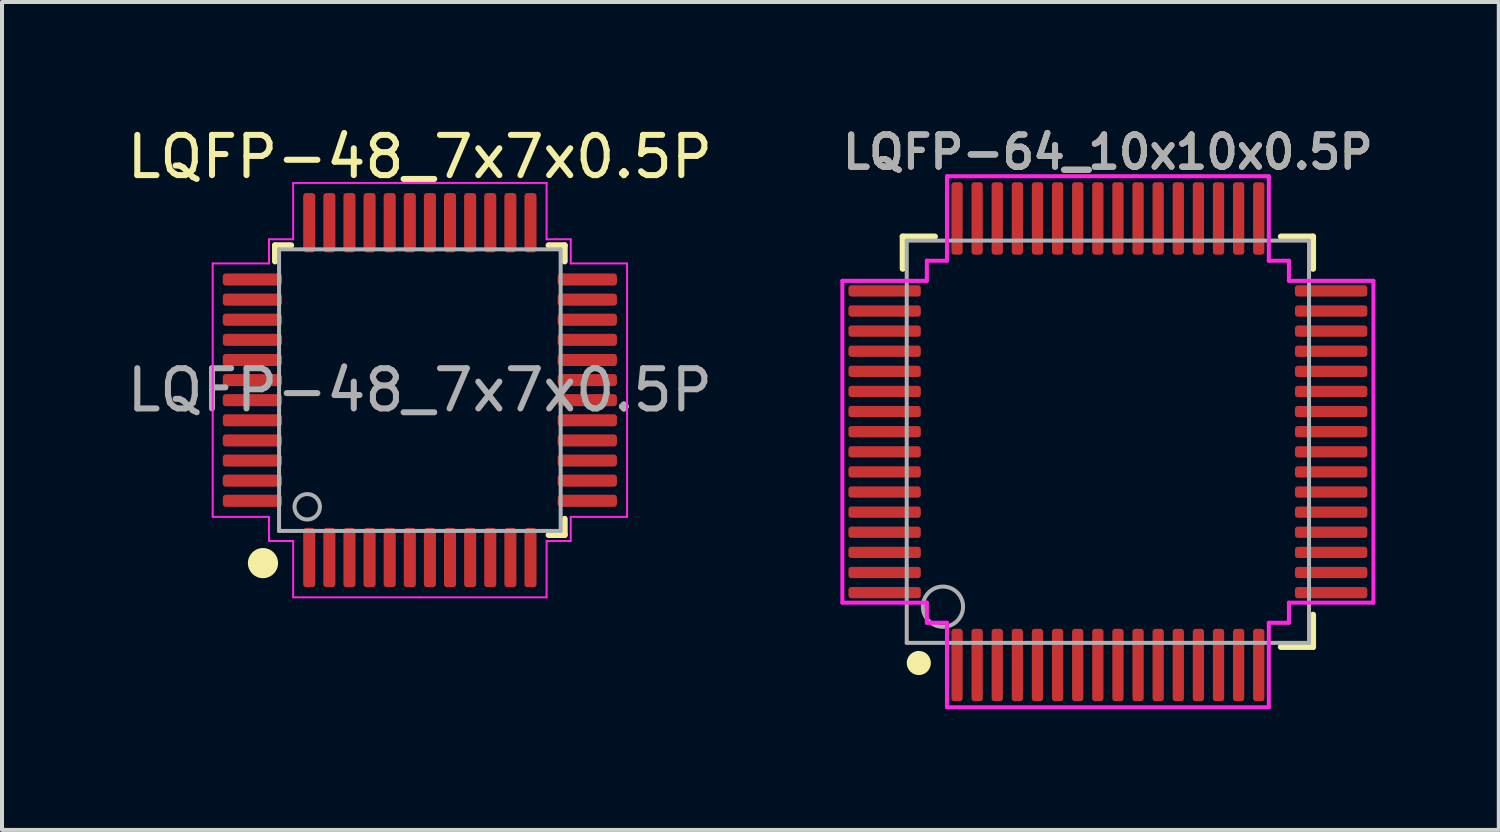
<source format=kicad_pcb>
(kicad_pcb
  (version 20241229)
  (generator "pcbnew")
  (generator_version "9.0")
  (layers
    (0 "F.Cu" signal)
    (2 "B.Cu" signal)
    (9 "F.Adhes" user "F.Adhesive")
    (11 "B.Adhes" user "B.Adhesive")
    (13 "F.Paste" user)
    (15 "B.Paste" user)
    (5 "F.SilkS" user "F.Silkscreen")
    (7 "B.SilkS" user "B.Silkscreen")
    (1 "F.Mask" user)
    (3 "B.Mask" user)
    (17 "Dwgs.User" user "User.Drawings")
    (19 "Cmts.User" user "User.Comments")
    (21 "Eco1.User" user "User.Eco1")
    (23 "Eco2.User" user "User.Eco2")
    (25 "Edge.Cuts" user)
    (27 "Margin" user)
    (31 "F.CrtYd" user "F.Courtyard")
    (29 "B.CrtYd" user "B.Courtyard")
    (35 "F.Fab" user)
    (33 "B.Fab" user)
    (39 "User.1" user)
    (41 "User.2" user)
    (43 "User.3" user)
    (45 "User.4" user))
  (footprint "LQFP-64_10x10x0.5P"
    (layer "F.Cu")
    (at 24.49 7.931)
    (property "Reference" "LQFP-64_10x10x0.5P" (at 0 -7.2 0) (layer "F.SilkS") (effects (font (size 0.8 0.8) (thickness 0.15))))
    (attr smd)
    (fp_line (start -5.1 -5.1) (end -5.1 -4.3) (stroke (width 0.15) (type solid)) (layer "F.SilkS"))
    (fp_line (start -5.1 -5.1) (end -4.3 -5.1) (stroke (width 0.15) (type solid)) (layer "F.SilkS"))
    (fp_line (start 5.1 -5.1) (end 4.3 -5.1) (stroke (width 0.15) (type solid)) (layer "F.SilkS"))
    (fp_line (start 5.1 -5.1) (end 5.1 -4.3) (stroke (width 0.15) (type solid)) (layer "F.SilkS"))
    (fp_line (start 5.1 5.1) (end 4.3 5.1) (stroke (width 0.15) (type solid)) (layer "F.SilkS"))
    (fp_line (start 5.1 5.1) (end 5.1 4.3) (stroke (width 0.15) (type solid)) (layer "F.SilkS"))
    (fp_circle (center -4.7 5.5) (end -4.55 5.5) (stroke (width 0.3) (type solid)) (fill no) (layer "F.SilkS"))
    (fp_line (start -6.6 -4) (end -6.6 4) (stroke (width 0.1) (type solid)) (layer "F.CrtYd"))
    (fp_line (start -4.5 -4.5) (end -4 -4.5) (stroke (width 0.1) (type solid)) (layer "F.CrtYd"))
    (fp_line (start -4.5 -4) (end -6.6 -4) (stroke (width 0.1) (type solid)) (layer "F.CrtYd"))
    (fp_line (start -4.5 -4) (end -4.5 -4.5) (stroke (width 0.1) (type solid)) (layer "F.CrtYd"))
    (fp_line (start -4.5 4) (end -6.6 4) (stroke (width 0.1) (type solid)) (layer "F.CrtYd"))
    (fp_line (start -4.5 4.5) (end -4.5 4) (stroke (width 0.1) (type solid)) (layer "F.CrtYd"))
    (fp_line (start -4 -4.5) (end -4 -6.6) (stroke (width 0.1) (type solid)) (layer "F.CrtYd"))
    (fp_line (start -4 4.5) (end -4.5 4.5) (stroke (width 0.1) (type solid)) (layer "F.CrtYd"))
    (fp_line (start -4 4.5) (end -4 6.6) (stroke (width 0.1) (type solid)) (layer "F.CrtYd"))
    (fp_line (start -4 6.6) (end 4 6.6) (stroke (width 0.1) (type solid)) (layer "F.CrtYd"))
    (fp_line (start 4 -6.6) (end -4 -6.6) (stroke (width 0.1) (type solid)) (layer "F.CrtYd"))
    (fp_line (start 4 -6.6) (end 4 -4.5) (stroke (width 0.1) (type solid)) (layer "F.CrtYd"))
    (fp_line (start 4 4.5) (end 4 6.6) (stroke (width 0.1) (type solid)) (layer "F.CrtYd"))
    (fp_line (start 4 4.5) (end 4.5 4.5) (stroke (width 0.1) (type solid)) (layer "F.CrtYd"))
    (fp_line (start 4.5 -4.5) (end 4 -4.5) (stroke (width 0.1) (type solid)) (layer "F.CrtYd"))
    (fp_line (start 4.5 -4) (end 4.5 -4.5) (stroke (width 0.1) (type solid)) (layer "F.CrtYd"))
    (fp_line (start 4.5 -4) (end 6.6 -4) (stroke (width 0.1) (type solid)) (layer "F.CrtYd"))
    (fp_line (start 4.5 4) (end 6.6 4) (stroke (width 0.1) (type solid)) (layer "F.CrtYd"))
    (fp_line (start 4.5 4.5) (end 4.5 4) (stroke (width 0.1) (type solid)) (layer "F.CrtYd"))
    (fp_line (start 6.6 4) (end 6.6 -4) (stroke (width 0.1) (type solid)) (layer "F.CrtYd"))
    (fp_line (start -5 -5) (end 5 -5) (stroke (width 0.1) (type solid)) (layer "F.Fab"))
    (fp_line (start -5 5) (end -5 -5) (stroke (width 0.1) (type solid)) (layer "F.Fab"))
    (fp_line (start -5 5) (end 5 5) (stroke (width 0.1) (type solid)) (layer "F.Fab"))
    (fp_line (start 5 5) (end 5 -5) (stroke (width 0.1) (type solid)) (layer "F.Fab"))
    (fp_circle (center -4.1 4.1) (end -3.6 4.1) (stroke (width 0.1) (type solid)) (fill no) (layer "F.Fab"))
    (fp_text user "${REFERENCE}" (at 0 -7.2 0) (layer "F.Fab") (effects (font (size 0.8 0.8) (thickness 0.15))))
    (pad "1" smd roundrect (at -3.75 5.55 180) (size 0.28 1.8) (layers "F.Cu" "F.Mask" "F.Paste") (roundrect_rratio 0.25))
    (pad "2" smd roundrect (at -3.25 5.55 180) (size 0.28 1.8) (layers "F.Cu" "F.Mask" "F.Paste") (roundrect_rratio 0.25))
    (pad "3" smd roundrect (at -2.75 5.55 180) (size 0.28 1.8) (layers "F.Cu" "F.Mask" "F.Paste") (roundrect_rratio 0.25))
    (pad "4" smd roundrect (at -2.25 5.55 180) (size 0.28 1.8) (layers "F.Cu" "F.Mask" "F.Paste") (roundrect_rratio 0.25))
    (pad "5" smd roundrect (at -1.75 5.55 180) (size 0.28 1.8) (layers "F.Cu" "F.Mask" "F.Paste") (roundrect_rratio 0.25))
    (pad "6" smd roundrect (at -1.25 5.55 180) (size 0.28 1.8) (layers "F.Cu" "F.Mask" "F.Paste") (roundrect_rratio 0.25))
    (pad "7" smd roundrect (at -0.75 5.55 180) (size 0.28 1.8) (layers "F.Cu" "F.Mask" "F.Paste") (roundrect_rratio 0.25))
    (pad "8" smd roundrect (at -0.25 5.55 180) (size 0.28 1.8) (layers "F.Cu" "F.Mask" "F.Paste") (roundrect_rratio 0.25))
    (pad "9" smd roundrect (at 0.25 5.55 180) (size 0.28 1.8) (layers "F.Cu" "F.Mask" "F.Paste") (roundrect_rratio 0.25))
    (pad "10" smd roundrect (at 0.75 5.55 180) (size 0.28 1.8) (layers "F.Cu" "F.Mask" "F.Paste") (roundrect_rratio 0.25))
    (pad "11" smd roundrect (at 1.25 5.55 180) (size 0.28 1.8) (layers "F.Cu" "F.Mask" "F.Paste") (roundrect_rratio 0.25))
    (pad "12" smd roundrect (at 1.75 5.55 180) (size 0.28 1.8) (layers "F.Cu" "F.Mask" "F.Paste") (roundrect_rratio 0.25))
    (pad "13" smd roundrect (at 2.25 5.55 180) (size 0.28 1.8) (layers "F.Cu" "F.Mask" "F.Paste") (roundrect_rratio 0.25))
    (pad "14" smd roundrect (at 2.75 5.55 180) (size 0.28 1.8) (layers "F.Cu" "F.Mask" "F.Paste") (roundrect_rratio 0.25))
    (pad "15" smd roundrect (at 3.25 5.55 180) (size 0.28 1.8) (layers "F.Cu" "F.Mask" "F.Paste") (roundrect_rratio 0.25))
    (pad "16" smd roundrect (at 3.75 5.55 180) (size 0.28 1.8) (layers "F.Cu" "F.Mask" "F.Paste") (roundrect_rratio 0.25))
    (pad "17" smd roundrect (at 5.55 3.75 90) (size 0.28 1.8) (layers "F.Cu" "F.Mask" "F.Paste") (roundrect_rratio 0.25))
    (pad "18" smd roundrect (at 5.55 3.25 90) (size 0.28 1.8) (layers "F.Cu" "F.Mask" "F.Paste") (roundrect_rratio 0.25))
    (pad "19" smd roundrect (at 5.55 2.75 90) (size 0.28 1.8) (layers "F.Cu" "F.Mask" "F.Paste") (roundrect_rratio 0.25))
    (pad "20" smd roundrect (at 5.55 2.25 90) (size 0.28 1.8) (layers "F.Cu" "F.Mask" "F.Paste") (roundrect_rratio 0.25))
    (pad "21" smd roundrect (at 5.55 1.75 90) (size 0.28 1.8) (layers "F.Cu" "F.Mask" "F.Paste") (roundrect_rratio 0.25))
    (pad "22" smd roundrect (at 5.55 1.25 90) (size 0.28 1.8) (layers "F.Cu" "F.Mask" "F.Paste") (roundrect_rratio 0.25))
    (pad "23" smd roundrect (at 5.55 0.75 90) (size 0.28 1.8) (layers "F.Cu" "F.Mask" "F.Paste") (roundrect_rratio 0.25))
    (pad "24" smd roundrect (at 5.55 0.25 90) (size 0.28 1.8) (layers "F.Cu" "F.Mask" "F.Paste") (roundrect_rratio 0.25))
    (pad "25" smd roundrect (at 5.55 -0.25 90) (size 0.28 1.8) (layers "F.Cu" "F.Mask" "F.Paste") (roundrect_rratio 0.25))
    (pad "26" smd roundrect (at 5.55 -0.75 90) (size 0.28 1.8) (layers "F.Cu" "F.Mask" "F.Paste") (roundrect_rratio 0.25))
    (pad "27" smd roundrect (at 5.55 -1.25 90) (size 0.28 1.8) (layers "F.Cu" "F.Mask" "F.Paste") (roundrect_rratio 0.25))
    (pad "28" smd roundrect (at 5.55 -1.75 90) (size 0.28 1.8) (layers "F.Cu" "F.Mask" "F.Paste") (roundrect_rratio 0.25))
    (pad "29" smd roundrect (at 5.55 -2.25 90) (size 0.28 1.8) (layers "F.Cu" "F.Mask" "F.Paste") (roundrect_rratio 0.25))
    (pad "30" smd roundrect (at 5.55 -2.75 90) (size 0.28 1.8) (layers "F.Cu" "F.Mask" "F.Paste") (roundrect_rratio 0.25))
    (pad "31" smd roundrect (at 5.55 -3.25 90) (size 0.28 1.8) (layers "F.Cu" "F.Mask" "F.Paste") (roundrect_rratio 0.25))
    (pad "32" smd roundrect (at 5.55 -3.75 90) (size 0.28 1.8) (layers "F.Cu" "F.Mask" "F.Paste") (roundrect_rratio 0.25))
    (pad "33" smd roundrect (at 3.75 -5.55 180) (size 0.28 1.8) (layers "F.Cu" "F.Mask" "F.Paste") (roundrect_rratio 0.25))
    (pad "34" smd roundrect (at 3.25 -5.55 180) (size 0.28 1.8) (layers "F.Cu" "F.Mask" "F.Paste") (roundrect_rratio 0.25))
    (pad "35" smd roundrect (at 2.75 -5.55 180) (size 0.28 1.8) (layers "F.Cu" "F.Mask" "F.Paste") (roundrect_rratio 0.25))
    (pad "36" smd roundrect (at 2.25 -5.55 180) (size 0.28 1.8) (layers "F.Cu" "F.Mask" "F.Paste") (roundrect_rratio 0.25))
    (pad "37" smd roundrect (at 1.75 -5.55 180) (size 0.28 1.8) (layers "F.Cu" "F.Mask" "F.Paste") (roundrect_rratio 0.25))
    (pad "38" smd roundrect (at 1.25 -5.55 180) (size 0.28 1.8) (layers "F.Cu" "F.Mask" "F.Paste") (roundrect_rratio 0.25))
    (pad "39" smd roundrect (at 0.75 -5.55 180) (size 0.28 1.8) (layers "F.Cu" "F.Mask" "F.Paste") (roundrect_rratio 0.25))
    (pad "40" smd roundrect (at 0.25 -5.55 180) (size 0.28 1.8) (layers "F.Cu" "F.Mask" "F.Paste") (roundrect_rratio 0.25))
    (pad "41" smd roundrect (at -0.25 -5.55 180) (size 0.28 1.8) (layers "F.Cu" "F.Mask" "F.Paste") (roundrect_rratio 0.25))
    (pad "42" smd roundrect (at -0.75 -5.55 180) (size 0.28 1.8) (layers "F.Cu" "F.Mask" "F.Paste") (roundrect_rratio 0.25))
    (pad "43" smd roundrect (at -1.25 -5.55 180) (size 0.28 1.8) (layers "F.Cu" "F.Mask" "F.Paste") (roundrect_rratio 0.25))
    (pad "44" smd roundrect (at -1.75 -5.55 180) (size 0.28 1.8) (layers "F.Cu" "F.Mask" "F.Paste") (roundrect_rratio 0.25))
    (pad "45" smd roundrect (at -2.25 -5.55 180) (size 0.28 1.8) (layers "F.Cu" "F.Mask" "F.Paste") (roundrect_rratio 0.25))
    (pad "46" smd roundrect (at -2.75 -5.55 180) (size 0.28 1.8) (layers "F.Cu" "F.Mask" "F.Paste") (roundrect_rratio 0.25))
    (pad "47" smd roundrect (at -3.25 -5.55 180) (size 0.28 1.8) (layers "F.Cu" "F.Mask" "F.Paste") (roundrect_rratio 0.25))
    (pad "48" smd roundrect (at -3.75 -5.55 180) (size 0.28 1.8) (layers "F.Cu" "F.Mask" "F.Paste") (roundrect_rratio 0.25))
    (pad "49" smd roundrect (at -5.55 -3.75 90) (size 0.28 1.8) (layers "F.Cu" "F.Mask" "F.Paste") (roundrect_rratio 0.25))
    (pad "50" smd roundrect (at -5.55 -3.25 90) (size 0.28 1.8) (layers "F.Cu" "F.Mask" "F.Paste") (roundrect_rratio 0.25))
    (pad "51" smd roundrect (at -5.55 -2.75 90) (size 0.28 1.8) (layers "F.Cu" "F.Mask" "F.Paste") (roundrect_rratio 0.25))
    (pad "52" smd roundrect (at -5.55 -2.25 90) (size 0.28 1.8) (layers "F.Cu" "F.Mask" "F.Paste") (roundrect_rratio 0.25))
    (pad "53" smd roundrect (at -5.55 -1.75 90) (size 0.28 1.8) (layers "F.Cu" "F.Mask" "F.Paste") (roundrect_rratio 0.25))
    (pad "54" smd roundrect (at -5.55 -1.25 90) (size 0.28 1.8) (layers "F.Cu" "F.Mask" "F.Paste") (roundrect_rratio 0.25))
    (pad "55" smd roundrect (at -5.55 -0.75 90) (size 0.28 1.8) (layers "F.Cu" "F.Mask" "F.Paste") (roundrect_rratio 0.25))
    (pad "56" smd roundrect (at -5.55 -0.25 90) (size 0.28 1.8) (layers "F.Cu" "F.Mask" "F.Paste") (roundrect_rratio 0.25))
    (pad "57" smd roundrect (at -5.55 0.25 90) (size 0.28 1.8) (layers "F.Cu" "F.Mask" "F.Paste") (roundrect_rratio 0.25))
    (pad "58" smd roundrect (at -5.55 0.75 90) (size 0.28 1.8) (layers "F.Cu" "F.Mask" "F.Paste") (roundrect_rratio 0.25))
    (pad "59" smd roundrect (at -5.55 1.25 90) (size 0.28 1.8) (layers "F.Cu" "F.Mask" "F.Paste") (roundrect_rratio 0.25))
    (pad "60" smd roundrect (at -5.55 1.75 90) (size 0.28 1.8) (layers "F.Cu" "F.Mask" "F.Paste") (roundrect_rratio 0.25))
    (pad "61" smd roundrect (at -5.55 2.25 90) (size 0.28 1.8) (layers "F.Cu" "F.Mask" "F.Paste") (roundrect_rratio 0.25))
    (pad "62" smd roundrect (at -5.55 2.75 90) (size 0.28 1.8) (layers "F.Cu" "F.Mask" "F.Paste") (roundrect_rratio 0.25))
    (pad "63" smd roundrect (at -5.55 3.25 90) (size 0.28 1.8) (layers "F.Cu" "F.Mask" "F.Paste") (roundrect_rratio 0.25))
    (pad "64" smd roundrect (at -5.55 3.75 90) (size 0.28 1.8) (layers "F.Cu" "F.Mask" "F.Paste") (roundrect_rratio 0.25)))
  (footprint "LQFP-48_7x7x0.5P"
    (layer "F.Cu")
    (at 7.387 6.648)
    (property "Reference" "LQFP-48_7x7x0.5P" (at 0 -5.8 180) (layer "F.SilkS") (effects (font (size 1 1) (thickness 0.15))))
    (attr smd)
    (fp_line (start -3.6 -3.6) (end -3.6 -3.2) (stroke (width 0.15) (type solid)) (layer "F.SilkS"))
    (fp_line (start -3.6 -3.6) (end -3.2 -3.6) (stroke (width 0.15) (type solid)) (layer "F.SilkS"))
    (fp_line (start 3.6 -3.6) (end 3.2 -3.6) (stroke (width 0.15) (type solid)) (layer "F.SilkS"))
    (fp_line (start 3.6 -3.6) (end 3.6 -3.2) (stroke (width 0.15) (type solid)) (layer "F.SilkS"))
    (fp_line (start 3.6 3.6) (end 3.2 3.6) (stroke (width 0.15) (type solid)) (layer "F.SilkS"))
    (fp_line (start 3.6 3.6) (end 3.6 3.2) (stroke (width 0.15) (type solid)) (layer "F.SilkS"))
    (fp_circle (center -3.9 4.3) (end -3.6 4.3) (stroke (width 0.15) (type solid)) (fill yes) (layer "F.SilkS"))
    (fp_line (start -5.15 -3.15) (end -3.75 -3.15) (stroke (width 0.05) (type solid)) (layer "F.CrtYd"))
    (fp_line (start -5.15 0) (end -5.15 -3.15) (stroke (width 0.05) (type solid)) (layer "F.CrtYd"))
    (fp_line (start -5.15 0) (end -5.15 3.15) (stroke (width 0.05) (type solid)) (layer "F.CrtYd"))
    (fp_line (start -5.15 3.15) (end -3.75 3.15) (stroke (width 0.05) (type solid)) (layer "F.CrtYd"))
    (fp_line (start -3.75 -3.75) (end -3.15 -3.75) (stroke (width 0.05) (type solid)) (layer "F.CrtYd"))
    (fp_line (start -3.75 -3.15) (end -3.75 -3.75) (stroke (width 0.05) (type solid)) (layer "F.CrtYd"))
    (fp_line (start -3.75 3.15) (end -3.75 3.75) (stroke (width 0.05) (type solid)) (layer "F.CrtYd"))
    (fp_line (start -3.75 3.75) (end -3.15 3.75) (stroke (width 0.05) (type solid)) (layer "F.CrtYd"))
    (fp_line (start -3.15 -5.15) (end 0 -5.15) (stroke (width 0.05) (type solid)) (layer "F.CrtYd"))
    (fp_line (start -3.15 -3.75) (end -3.15 -5.15) (stroke (width 0.05) (type solid)) (layer "F.CrtYd"))
    (fp_line (start -3.15 3.75) (end -3.15 5.15) (stroke (width 0.05) (type solid)) (layer "F.CrtYd"))
    (fp_line (start -3.15 5.15) (end 0 5.15) (stroke (width 0.05) (type solid)) (layer "F.CrtYd"))
    (fp_line (start 3.15 -5.15) (end 0 -5.15) (stroke (width 0.05) (type solid)) (layer "F.CrtYd"))
    (fp_line (start 3.15 -3.75) (end 3.15 -5.15) (stroke (width 0.05) (type solid)) (layer "F.CrtYd"))
    (fp_line (start 3.15 3.75) (end 3.15 5.15) (stroke (width 0.05) (type solid)) (layer "F.CrtYd"))
    (fp_line (start 3.15 5.15) (end 0 5.15) (stroke (width 0.05) (type solid)) (layer "F.CrtYd"))
    (fp_line (start 3.75 -3.75) (end 3.15 -3.75) (stroke (width 0.05) (type solid)) (layer "F.CrtYd"))
    (fp_line (start 3.75 -3.15) (end 3.75 -3.75) (stroke (width 0.05) (type solid)) (layer "F.CrtYd"))
    (fp_line (start 3.75 3.15) (end 3.75 3.75) (stroke (width 0.05) (type solid)) (layer "F.CrtYd"))
    (fp_line (start 3.75 3.75) (end 3.15 3.75) (stroke (width 0.05) (type solid)) (layer "F.CrtYd"))
    (fp_line (start 5.15 -3.15) (end 3.75 -3.15) (stroke (width 0.05) (type solid)) (layer "F.CrtYd"))
    (fp_line (start 5.15 0) (end 5.15 -3.15) (stroke (width 0.05) (type solid)) (layer "F.CrtYd"))
    (fp_line (start 5.15 0) (end 5.15 3.15) (stroke (width 0.05) (type solid)) (layer "F.CrtYd"))
    (fp_line (start 5.15 3.15) (end 3.75 3.15) (stroke (width 0.05) (type solid)) (layer "F.CrtYd"))
    (fp_line (start -3.5 -3.5) (end 3.5 -3.5) (stroke (width 0.1) (type solid)) (layer "F.Fab"))
    (fp_line (start -3.5 3.5) (end -3.5 -3.5) (stroke (width 0.1) (type solid)) (layer "F.Fab"))
    (fp_line (start 3.5 -3.5) (end 3.5 3.5) (stroke (width 0.1) (type solid)) (layer "F.Fab"))
    (fp_line (start 3.5 3.5) (end -3.5 3.5) (stroke (width 0.1) (type solid)) (layer "F.Fab"))
    (fp_circle (center -2.8 2.9) (end -2.9 2.6) (stroke (width 0.1) (type solid)) (fill no) (layer "F.Fab"))
    (fp_text user "${REFERENCE}" (at 0 0 180) (layer "F.Fab") (effects (font (size 1 1) (thickness 0.15))))
    (pad "1" smd roundrect (at -2.75 4.162 90) (size 1.475 0.3) (layers "F.Cu" "F.Mask" "F.Paste") (roundrect_rratio 0.25))
    (pad "2" smd roundrect (at -2.25 4.162 90) (size 1.475 0.3) (layers "F.Cu" "F.Mask" "F.Paste") (roundrect_rratio 0.25))
    (pad "3" smd roundrect (at -1.75 4.162 90) (size 1.475 0.3) (layers "F.Cu" "F.Mask" "F.Paste") (roundrect_rratio 0.25))
    (pad "4" smd roundrect (at -1.25 4.162 90) (size 1.475 0.3) (layers "F.Cu" "F.Mask" "F.Paste") (roundrect_rratio 0.25))
    (pad "5" smd roundrect (at -0.75 4.162 90) (size 1.475 0.3) (layers "F.Cu" "F.Mask" "F.Paste") (roundrect_rratio 0.25))
    (pad "6" smd roundrect (at -0.25 4.162 90) (size 1.475 0.3) (layers "F.Cu" "F.Mask" "F.Paste") (roundrect_rratio 0.25))
    (pad "7" smd roundrect (at 0.25 4.162 90) (size 1.475 0.3) (layers "F.Cu" "F.Mask" "F.Paste") (roundrect_rratio 0.25))
    (pad "8" smd roundrect (at 0.75 4.162 90) (size 1.475 0.3) (layers "F.Cu" "F.Mask" "F.Paste") (roundrect_rratio 0.25))
    (pad "9" smd roundrect (at 1.25 4.162 90) (size 1.475 0.3) (layers "F.Cu" "F.Mask" "F.Paste") (roundrect_rratio 0.25))
    (pad "10" smd roundrect (at 1.75 4.162 90) (size 1.475 0.3) (layers "F.Cu" "F.Mask" "F.Paste") (roundrect_rratio 0.25))
    (pad "11" smd roundrect (at 2.25 4.162 90) (size 1.475 0.3) (layers "F.Cu" "F.Mask" "F.Paste") (roundrect_rratio 0.25))
    (pad "12" smd roundrect (at 2.75 4.162 90) (size 1.475 0.3) (layers "F.Cu" "F.Mask" "F.Paste") (roundrect_rratio 0.25))
    (pad "13" smd roundrect (at 4.162 2.75 90) (size 0.3 1.475) (layers "F.Cu" "F.Mask" "F.Paste") (roundrect_rratio 0.25))
    (pad "14" smd roundrect (at 4.162 2.25 90) (size 0.3 1.475) (layers "F.Cu" "F.Mask" "F.Paste") (roundrect_rratio 0.25))
    (pad "15" smd roundrect (at 4.162 1.75 90) (size 0.3 1.475) (layers "F.Cu" "F.Mask" "F.Paste") (roundrect_rratio 0.25))
    (pad "16" smd roundrect (at 4.162 1.25 90) (size 0.3 1.475) (layers "F.Cu" "F.Mask" "F.Paste") (roundrect_rratio 0.25))
    (pad "17" smd roundrect (at 4.162 0.75 90) (size 0.3 1.475) (layers "F.Cu" "F.Mask" "F.Paste") (roundrect_rratio 0.25))
    (pad "18" smd roundrect (at 4.162 0.25 90) (size 0.3 1.475) (layers "F.Cu" "F.Mask" "F.Paste") (roundrect_rratio 0.25))
    (pad "19" smd roundrect (at 4.162 -0.25 90) (size 0.3 1.475) (layers "F.Cu" "F.Mask" "F.Paste") (roundrect_rratio 0.25))
    (pad "20" smd roundrect (at 4.162 -0.75 90) (size 0.3 1.475) (layers "F.Cu" "F.Mask" "F.Paste") (roundrect_rratio 0.25))
    (pad "21" smd roundrect (at 4.162 -1.25 90) (size 0.3 1.475) (layers "F.Cu" "F.Mask" "F.Paste") (roundrect_rratio 0.25))
    (pad "22" smd roundrect (at 4.162 -1.75 90) (size 0.3 1.475) (layers "F.Cu" "F.Mask" "F.Paste") (roundrect_rratio 0.25))
    (pad "23" smd roundrect (at 4.162 -2.25 90) (size 0.3 1.475) (layers "F.Cu" "F.Mask" "F.Paste") (roundrect_rratio 0.25))
    (pad "24" smd roundrect (at 4.162 -2.75 90) (size 0.3 1.475) (layers "F.Cu" "F.Mask" "F.Paste") (roundrect_rratio 0.25))
    (pad "25" smd roundrect (at 2.75 -4.162 90) (size 1.475 0.3) (layers "F.Cu" "F.Mask" "F.Paste") (roundrect_rratio 0.25))
    (pad "26" smd roundrect (at 2.25 -4.162 90) (size 1.475 0.3) (layers "F.Cu" "F.Mask" "F.Paste") (roundrect_rratio 0.25))
    (pad "27" smd roundrect (at 1.75 -4.162 90) (size 1.475 0.3) (layers "F.Cu" "F.Mask" "F.Paste") (roundrect_rratio 0.25))
    (pad "28" smd roundrect (at 1.25 -4.162 90) (size 1.475 0.3) (layers "F.Cu" "F.Mask" "F.Paste") (roundrect_rratio 0.25))
    (pad "29" smd roundrect (at 0.75 -4.162 90) (size 1.475 0.3) (layers "F.Cu" "F.Mask" "F.Paste") (roundrect_rratio 0.25))
    (pad "30" smd roundrect (at 0.25 -4.162 90) (size 1.475 0.3) (layers "F.Cu" "F.Mask" "F.Paste") (roundrect_rratio 0.25))
    (pad "31" smd roundrect (at -0.25 -4.162 90) (size 1.475 0.3) (layers "F.Cu" "F.Mask" "F.Paste") (roundrect_rratio 0.25))
    (pad "32" smd roundrect (at -0.75 -4.162 90) (size 1.475 0.3) (layers "F.Cu" "F.Mask" "F.Paste") (roundrect_rratio 0.25))
    (pad "33" smd roundrect (at -1.25 -4.162 90) (size 1.475 0.3) (layers "F.Cu" "F.Mask" "F.Paste") (roundrect_rratio 0.25))
    (pad "34" smd roundrect (at -1.75 -4.162 90) (size 1.475 0.3) (layers "F.Cu" "F.Mask" "F.Paste") (roundrect_rratio 0.25))
    (pad "35" smd roundrect (at -2.25 -4.162 90) (size 1.475 0.3) (layers "F.Cu" "F.Mask" "F.Paste") (roundrect_rratio 0.25))
    (pad "36" smd roundrect (at -2.75 -4.162 90) (size 1.475 0.3) (layers "F.Cu" "F.Mask" "F.Paste") (roundrect_rratio 0.25))
    (pad "37" smd roundrect (at -4.162 -2.75 90) (size 0.3 1.475) (layers "F.Cu" "F.Mask" "F.Paste") (roundrect_rratio 0.25))
    (pad "38" smd roundrect (at -4.162 -2.25 90) (size 0.3 1.475) (layers "F.Cu" "F.Mask" "F.Paste") (roundrect_rratio 0.25))
    (pad "39" smd roundrect (at -4.162 -1.75 90) (size 0.3 1.475) (layers "F.Cu" "F.Mask" "F.Paste") (roundrect_rratio 0.25))
    (pad "40" smd roundrect (at -4.162 -1.25 90) (size 0.3 1.475) (layers "F.Cu" "F.Mask" "F.Paste") (roundrect_rratio 0.25))
    (pad "41" smd roundrect (at -4.162 -0.75 90) (size 0.3 1.475) (layers "F.Cu" "F.Mask" "F.Paste") (roundrect_rratio 0.25))
    (pad "42" smd roundrect (at -4.162 -0.25 90) (size 0.3 1.475) (layers "F.Cu" "F.Mask" "F.Paste") (roundrect_rratio 0.25))
    (pad "43" smd roundrect (at -4.162 0.25 90) (size 0.3 1.475) (layers "F.Cu" "F.Mask" "F.Paste") (roundrect_rratio 0.25))
    (pad "44" smd roundrect (at -4.162 0.75 90) (size 0.3 1.475) (layers "F.Cu" "F.Mask" "F.Paste") (roundrect_rratio 0.25))
    (pad "45" smd roundrect (at -4.162 1.25 90) (size 0.3 1.475) (layers "F.Cu" "F.Mask" "F.Paste") (roundrect_rratio 0.25))
    (pad "46" smd roundrect (at -4.162 1.75 90) (size 0.3 1.475) (layers "F.Cu" "F.Mask" "F.Paste") (roundrect_rratio 0.25))
    (pad "47" smd roundrect (at -4.162 2.25 90) (size 0.3 1.475) (layers "F.Cu" "F.Mask" "F.Paste") (roundrect_rratio 0.25))
    (pad "48" smd roundrect (at -4.162 2.75 90) (size 0.3 1.475) (layers "F.Cu" "F.Mask" "F.Paste") (roundrect_rratio 0.25)))
  (gr_rect
    (start -3 -3)
    (end 34.207 17.581)
    (stroke (width 0.1) (type default))
    (fill no)
    (layer "Edge.Cuts")))
</source>
